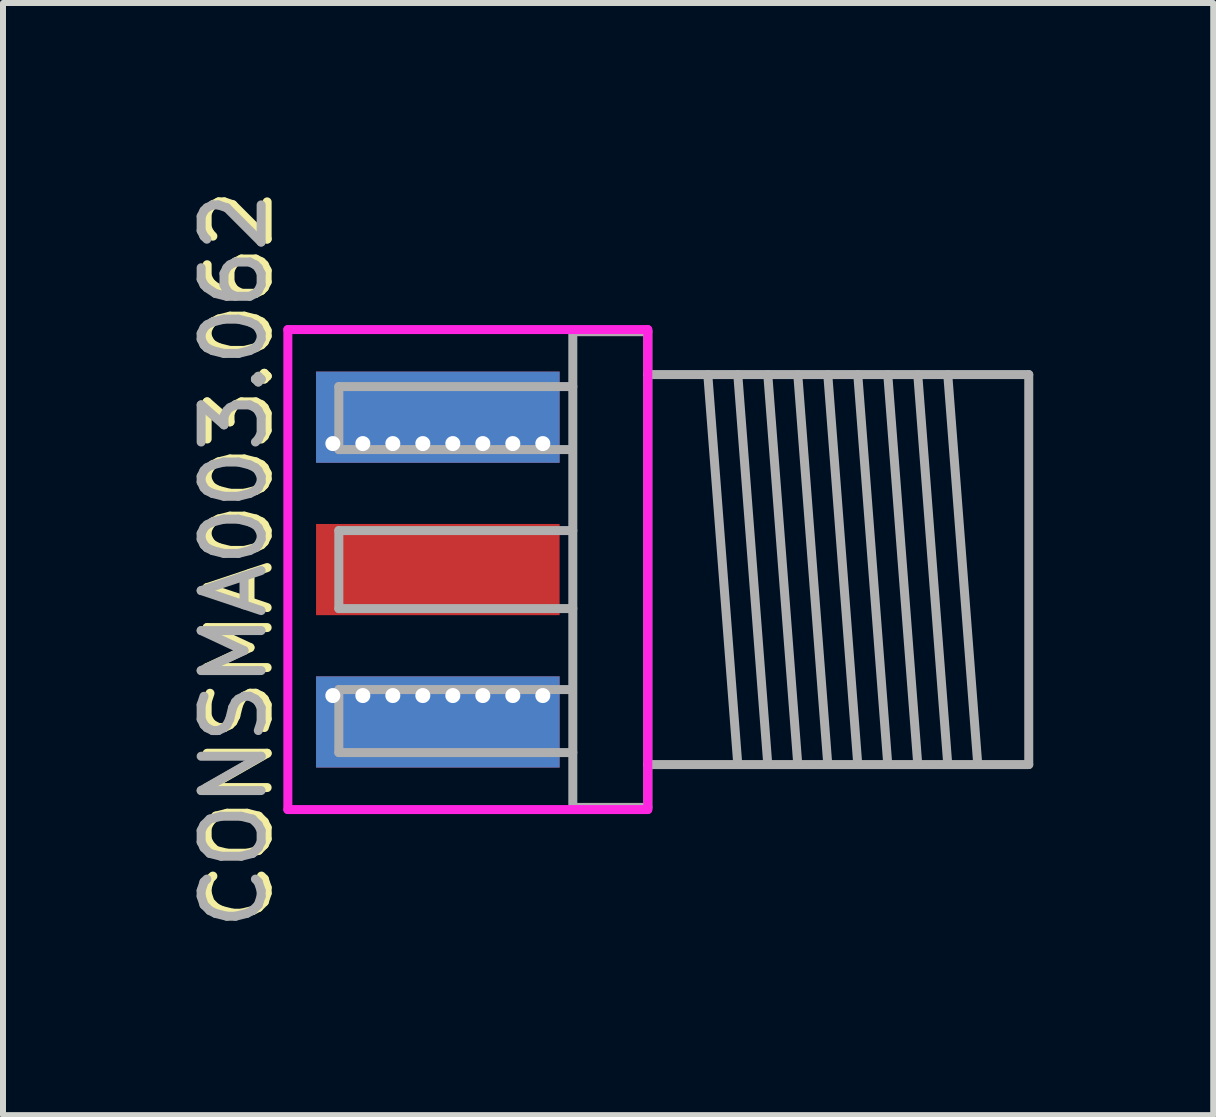
<source format=kicad_pcb>
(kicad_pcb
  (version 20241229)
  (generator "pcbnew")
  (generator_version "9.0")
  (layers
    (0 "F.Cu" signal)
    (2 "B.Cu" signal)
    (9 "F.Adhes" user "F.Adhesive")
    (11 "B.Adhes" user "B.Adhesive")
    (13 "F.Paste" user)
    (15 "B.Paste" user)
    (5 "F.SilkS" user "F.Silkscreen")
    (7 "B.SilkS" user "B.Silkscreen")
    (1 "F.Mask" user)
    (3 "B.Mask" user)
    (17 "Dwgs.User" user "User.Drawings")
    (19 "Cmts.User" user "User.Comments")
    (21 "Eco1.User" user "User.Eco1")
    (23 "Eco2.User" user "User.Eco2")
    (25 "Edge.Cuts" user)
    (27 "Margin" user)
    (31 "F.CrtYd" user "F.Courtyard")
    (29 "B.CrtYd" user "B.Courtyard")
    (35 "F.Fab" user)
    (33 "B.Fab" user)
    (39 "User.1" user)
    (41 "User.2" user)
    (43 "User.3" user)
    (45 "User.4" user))
  (footprint "CONSMA003.062"
    (layer "F.Cu")
    (at 4.248 6.444)
    (property "Reference" "CONSMA003.062" (at -3.3 -0.2 90) (layer "F.SilkS") (effects (font (size 1 1) (thickness 0.15))))
    (attr smd)
    (fp_line (start -2.5 -4) (end 3.5 -4) (stroke (width 0.15) (type solid)) (layer "F.CrtYd"))
    (fp_line (start -2.5 4) (end -2.5 -4) (stroke (width 0.15) (type solid)) (layer "F.CrtYd"))
    (fp_line (start 3.5 -4) (end 3.5 4) (stroke (width 0.15) (type solid)) (layer "F.CrtYd"))
    (fp_line (start 3.5 4) (end -2.5 4) (stroke (width 0.15) (type solid)) (layer "F.CrtYd"))
    (fp_line (start -1.65 -3.05) (end -1.65 -2) (stroke (width 0.15) (type solid)) (layer "F.Fab"))
    (fp_line (start -1.65 -0.65) (end -1.65 0.65) (stroke (width 0.15) (type solid)) (layer "F.Fab"))
    (fp_line (start -1.65 -0.65) (end 2.25 -0.65) (stroke (width 0.15) (type solid)) (layer "F.Fab"))
    (fp_line (start -1.65 0.65) (end 2.25 0.65) (stroke (width 0.15) (type solid)) (layer "F.Fab"))
    (fp_line (start -1.65 2) (end -1.65 3.05) (stroke (width 0.15) (type solid)) (layer "F.Fab"))
    (fp_line (start 2.2 -2) (end -1.65 -2) (stroke (width 0.15) (type solid)) (layer "F.Fab"))
    (fp_line (start 2.2 2) (end -1.65 2) (stroke (width 0.15) (type solid)) (layer "F.Fab"))
    (fp_line (start 2.25 -3.965) (end 2.25 3.965) (stroke (width 0.15) (type solid)) (layer "F.Fab"))
    (fp_line (start 2.25 -3.965) (end 3.5 -3.965) (stroke (width 0.15) (type solid)) (layer "F.Fab"))
    (fp_line (start 2.25 -3.05) (end -1.65 -3.05) (stroke (width 0.15) (type solid)) (layer "F.Fab"))
    (fp_line (start 2.25 3.05) (end -1.65 3.05) (stroke (width 0.15) (type solid)) (layer "F.Fab"))
    (fp_line (start 3.5 -3.965) (end 3.5 3.965) (stroke (width 0.15) (type solid)) (layer "F.Fab"))
    (fp_line (start 3.5 3.965) (end 2.25 3.965) (stroke (width 0.15) (type solid)) (layer "F.Fab"))
    (fp_line (start 5 3.25) (end 4.5 -3.25) (stroke (width 0.15) (type solid)) (layer "F.Fab"))
    (fp_line (start 5.5 3.25) (end 5 -3.25) (stroke (width 0.15) (type solid)) (layer "F.Fab"))
    (fp_line (start 6 3.25) (end 5.5 -3.25) (stroke (width 0.15) (type solid)) (layer "F.Fab"))
    (fp_line (start 6.5 3.25) (end 6 -3.25) (stroke (width 0.15) (type solid)) (layer "F.Fab"))
    (fp_line (start 7 3.25) (end 6.5 -3.25) (stroke (width 0.15) (type solid)) (layer "F.Fab"))
    (fp_line (start 7.5 3.25) (end 7 -3.25) (stroke (width 0.15) (type solid)) (layer "F.Fab"))
    (fp_line (start 8 3.25) (end 7.5 -3.25) (stroke (width 0.15) (type solid)) (layer "F.Fab"))
    (fp_line (start 8.5 3.25) (end 8 -3.25) (stroke (width 0.15) (type solid)) (layer "F.Fab"))
    (fp_line (start 9 3.25) (end 8.5 -3.25) (stroke (width 0.15) (type solid)) (layer "F.Fab"))
    (fp_line (start 9.85 -3.25) (end 3.5 -3.25) (stroke (width 0.15) (type solid)) (layer "F.Fab"))
    (fp_line (start 9.85 -3.25) (end 9.85 3.25) (stroke (width 0.15) (type solid)) (layer "F.Fab"))
    (fp_line (start 9.85 3.25) (end 3.5 3.25) (stroke (width 0.15) (type solid)) (layer "F.Fab"))
    (fp_text user "${REFERENCE}" (at -3.4 -0.15 90) (layer "F.Fab") (effects (font (size 1 1) (thickness 0.15))))
    (pad "1" smd rect (at 0 0) (size 4.06 1.52) (layers "F.Cu" "F.Mask"))
    (pad "2" thru_hole circle (at -1.75 -2.1) (size 0.5 0.5) (drill 0.25) (layers "*.Cu" "*.Mask"))
    (pad "2" thru_hole circle (at -1.75 2.1) (size 0.5 0.5) (drill 0.25) (layers "*.Cu" "*.Mask"))
    (pad "2" thru_hole circle (at -1.25 -2.1) (size 0.5 0.5) (drill 0.25) (layers "*.Cu" "*.Mask"))
    (pad "2" thru_hole circle (at -1.25 2.1) (size 0.5 0.5) (drill 0.25) (layers "*.Cu" "*.Mask"))
    (pad "2" thru_hole circle (at -0.75 -2.1) (size 0.5 0.5) (drill 0.25) (layers "*.Cu" "*.Mask"))
    (pad "2" thru_hole circle (at -0.75 2.1) (size 0.5 0.5) (drill 0.25) (layers "*.Cu" "*.Mask"))
    (pad "2" thru_hole circle (at -0.25 -2.1) (size 0.5 0.5) (drill 0.25) (layers "*.Cu" "*.Mask"))
    (pad "2" thru_hole circle (at -0.25 2.1) (size 0.5 0.5) (drill 0.25) (layers "*.Cu" "*.Mask"))
    (pad "2" smd rect (at 0 -2.54) (size 4.06 1.52) (layers "F.Cu" "F.Mask"))
    (pad "2" smd rect (at 0 -2.54) (size 4.06 1.52) (layers "B.Cu" "B.Mask"))
    (pad "2" smd rect (at 0 2.54) (size 4.06 1.52) (layers "F.Cu" "F.Mask"))
    (pad "2" smd rect (at 0 2.54) (size 4.06 1.52) (layers "B.Cu" "B.Mask"))
    (pad "2" thru_hole circle (at 0.25 -2.1) (size 0.5 0.5) (drill 0.25) (layers "*.Cu" "*.Mask"))
    (pad "2" thru_hole circle (at 0.25 2.1) (size 0.5 0.5) (drill 0.25) (layers "*.Cu" "*.Mask"))
    (pad "2" thru_hole circle (at 0.75 -2.1) (size 0.5 0.5) (drill 0.25) (layers "*.Cu" "*.Mask"))
    (pad "2" thru_hole circle (at 0.75 2.1) (size 0.5 0.5) (drill 0.25) (layers "*.Cu" "*.Mask"))
    (pad "2" thru_hole circle (at 1.25 -2.1) (size 0.5 0.5) (drill 0.25) (layers "*.Cu" "*.Mask"))
    (pad "2" thru_hole circle (at 1.25 2.1) (size 0.5 0.5) (drill 0.25) (layers "*.Cu" "*.Mask"))
    (pad "2" thru_hole circle (at 1.75 -2.1) (size 0.5 0.5) (drill 0.25) (layers "*.Cu" "*.Mask"))
    (pad "2" thru_hole circle (at 1.75 2.1) (size 0.5 0.5) (drill 0.25) (layers "*.Cu" "*.Mask")))
  (gr_rect
    (start -3 -3)
    (end 17.173 15.538)
    (stroke (width 0.1) (type default))
    (fill no)
    (layer "Edge.Cuts")))
</source>
